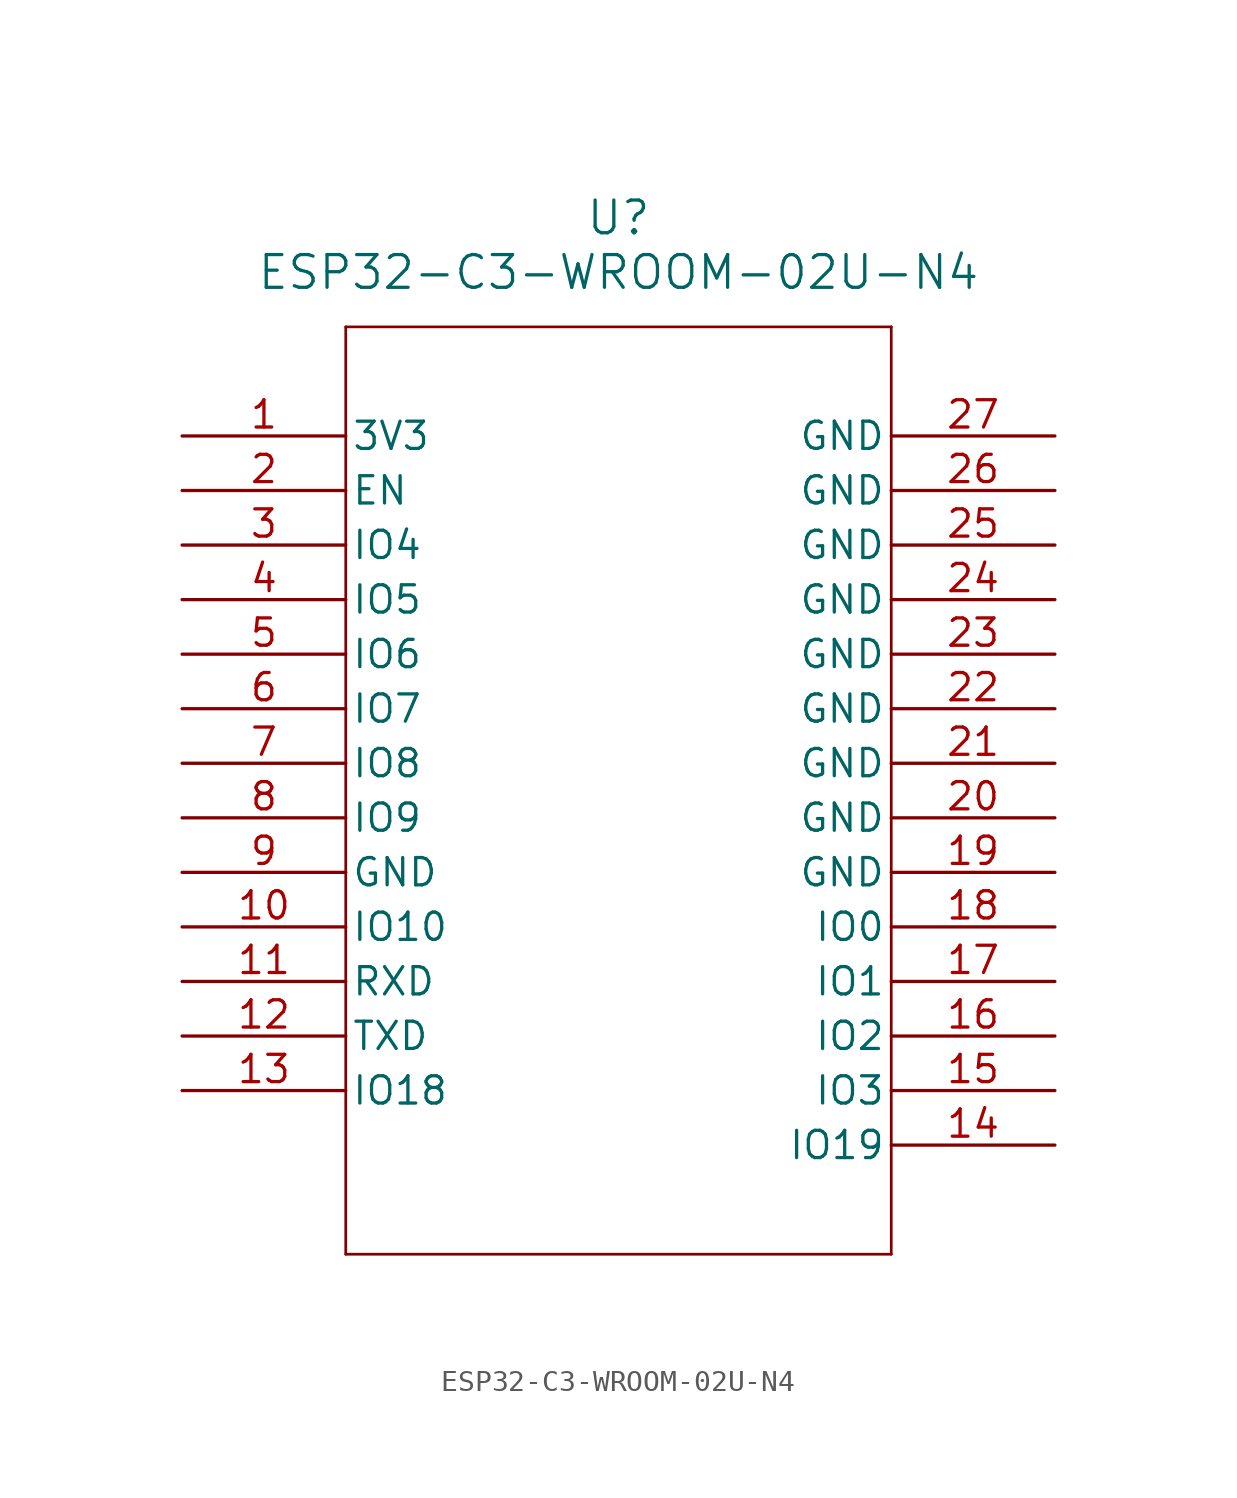
<source format=kicad_sym>
(kicad_symbol_lib
  (version 20211014)
  (generator kicad_symbol_editor)
  (symbol "ESP32-C3-WROOM-02U-N4"
    (pin_names
      (offset 0.254))
    (property "Reference" "U"
      (at 20.32 10.16 0)
      (effects (font (size 1.524 1.524))))
    (property "Value" "ESP32-C3-WROOM-02U-N4"
      (at 20.32 7.62 0)
      (effects (font (size 1.524 1.524))))
    (symbol "ESP32-C3-WROOM-02U-N4_0_1"
      (polyline (pts (xy 7.62 5.08) (xy 7.62 -38.1)) (stroke (width 0.127) (type default) (color 0 0 0 0)) (fill (type none)))
      (polyline (pts (xy 7.62 -38.1) (xy 33.02 -38.1)) (stroke (width 0.127) (type default) (color 0 0 0 0)) (fill (type none)))
      (polyline (pts (xy 33.02 -38.1) (xy 33.02 5.08)) (stroke (width 0.127) (type default) (color 0 0 0 0)) (fill (type none)))
      (polyline (pts (xy 33.02 5.08) (xy 7.62 5.08)) (stroke (width 0.127) (type default) (color 0 0 0 0)) (fill (type none)))
      (pin power_in line (at 0 0 0) (length 7.62) (name "3V3" (effects (font (size 1.27 1.27)))) (number "1" (effects (font (size 1.27 1.27)))))
      (pin input line (at 0 -2.54 0) (length 7.62) (name "EN" (effects (font (size 1.27 1.27)))) (number "2" (effects (font (size 1.27 1.27)))))
      (pin bidirectional line (at 0 -5.08 0) (length 7.62) (name "IO4" (effects (font (size 1.27 1.27)))) (number "3" (effects (font (size 1.27 1.27)))))
      (pin bidirectional line (at 0 -7.62 0) (length 7.62) (name "IO5" (effects (font (size 1.27 1.27)))) (number "4" (effects (font (size 1.27 1.27)))))
      (pin bidirectional line (at 0 -10.16 0) (length 7.62) (name "IO6" (effects (font (size 1.27 1.27)))) (number "5" (effects (font (size 1.27 1.27)))))
      (pin bidirectional line (at 0 -12.7 0) (length 7.62) (name "IO7" (effects (font (size 1.27 1.27)))) (number "6" (effects (font (size 1.27 1.27)))))
      (pin bidirectional line (at 0 -15.24 0) (length 7.62) (name "IO8" (effects (font (size 1.27 1.27)))) (number "7" (effects (font (size 1.27 1.27)))))
      (pin bidirectional line (at 0 -17.78 0) (length 7.62) (name "IO9" (effects (font (size 1.27 1.27)))) (number "8" (effects (font (size 1.27 1.27)))))
      (pin power_out line (at 0 -20.32 0) (length 7.62) (name "GND" (effects (font (size 1.27 1.27)))) (number "9" (effects (font (size 1.27 1.27)))))
      (pin bidirectional line (at 0 -22.86 0) (length 7.62) (name "IO10" (effects (font (size 1.27 1.27)))) (number "10" (effects (font (size 1.27 1.27)))))
      (pin bidirectional line (at 0 -25.4 0) (length 7.62) (name "RXD" (effects (font (size 1.27 1.27)))) (number "11" (effects (font (size 1.27 1.27)))))
      (pin bidirectional line (at 0 -27.94 0) (length 7.62) (name "TXD" (effects (font (size 1.27 1.27)))) (number "12" (effects (font (size 1.27 1.27)))))
      (pin bidirectional line (at 0 -30.48 0) (length 7.62) (name "IO18" (effects (font (size 1.27 1.27)))) (number "13" (effects (font (size 1.27 1.27)))))
      (pin bidirectional line (at 40.64 -33.02 180) (length 7.62) (name "IO19" (effects (font (size 1.27 1.27)))) (number "14" (effects (font (size 1.27 1.27)))))
      (pin bidirectional line (at 40.64 -30.48 180) (length 7.62) (name "IO3" (effects (font (size 1.27 1.27)))) (number "15" (effects (font (size 1.27 1.27)))))
      (pin bidirectional line (at 40.64 -27.94 180) (length 7.62) (name "IO2" (effects (font (size 1.27 1.27)))) (number "16" (effects (font (size 1.27 1.27)))))
      (pin bidirectional line (at 40.64 -25.4 180) (length 7.62) (name "IO1" (effects (font (size 1.27 1.27)))) (number "17" (effects (font (size 1.27 1.27)))))
      (pin bidirectional line (at 40.64 -22.86 180) (length 7.62) (name "IO0" (effects (font (size 1.27 1.27)))) (number "18" (effects (font (size 1.27 1.27)))))
      (pin power_out line (at 40.64 -20.32 180) (length 7.62) (name "GND" (effects (font (size 1.27 1.27)))) (number "19" (effects (font (size 1.27 1.27)))))
      (pin power_out line (at 40.64 -17.78 180) (length 7.62) (name "GND" (effects (font (size 1.27 1.27)))) (number "20" (effects (font (size 1.27 1.27)))))
      (pin power_out line (at 40.64 -15.24 180) (length 7.62) (name "GND" (effects (font (size 1.27 1.27)))) (number "21" (effects (font (size 1.27 1.27)))))
      (pin power_out line (at 40.64 -12.7 180) (length 7.62) (name "GND" (effects (font (size 1.27 1.27)))) (number "22" (effects (font (size 1.27 1.27)))))
      (pin power_out line (at 40.64 -10.16 180) (length 7.62) (name "GND" (effects (font (size 1.27 1.27)))) (number "23" (effects (font (size 1.27 1.27)))))
      (pin power_out line (at 40.64 -7.62 180) (length 7.62) (name "GND" (effects (font (size 1.27 1.27)))) (number "24" (effects (font (size 1.27 1.27)))))
      (pin power_out line (at 40.64 -5.08 180) (length 7.62) (name "GND" (effects (font (size 1.27 1.27)))) (number "25" (effects (font (size 1.27 1.27)))))
      (pin power_out line (at 40.64 -2.54 180) (length 7.62) (name "GND" (effects (font (size 1.27 1.27)))) (number "26" (effects (font (size 1.27 1.27)))))
      (pin power_out line (at 40.64 0 180) (length 7.62) (name "GND" (effects (font (size 1.27 1.27)))) (number "27" (effects (font (size 1.27 1.27))))))))
</source>
